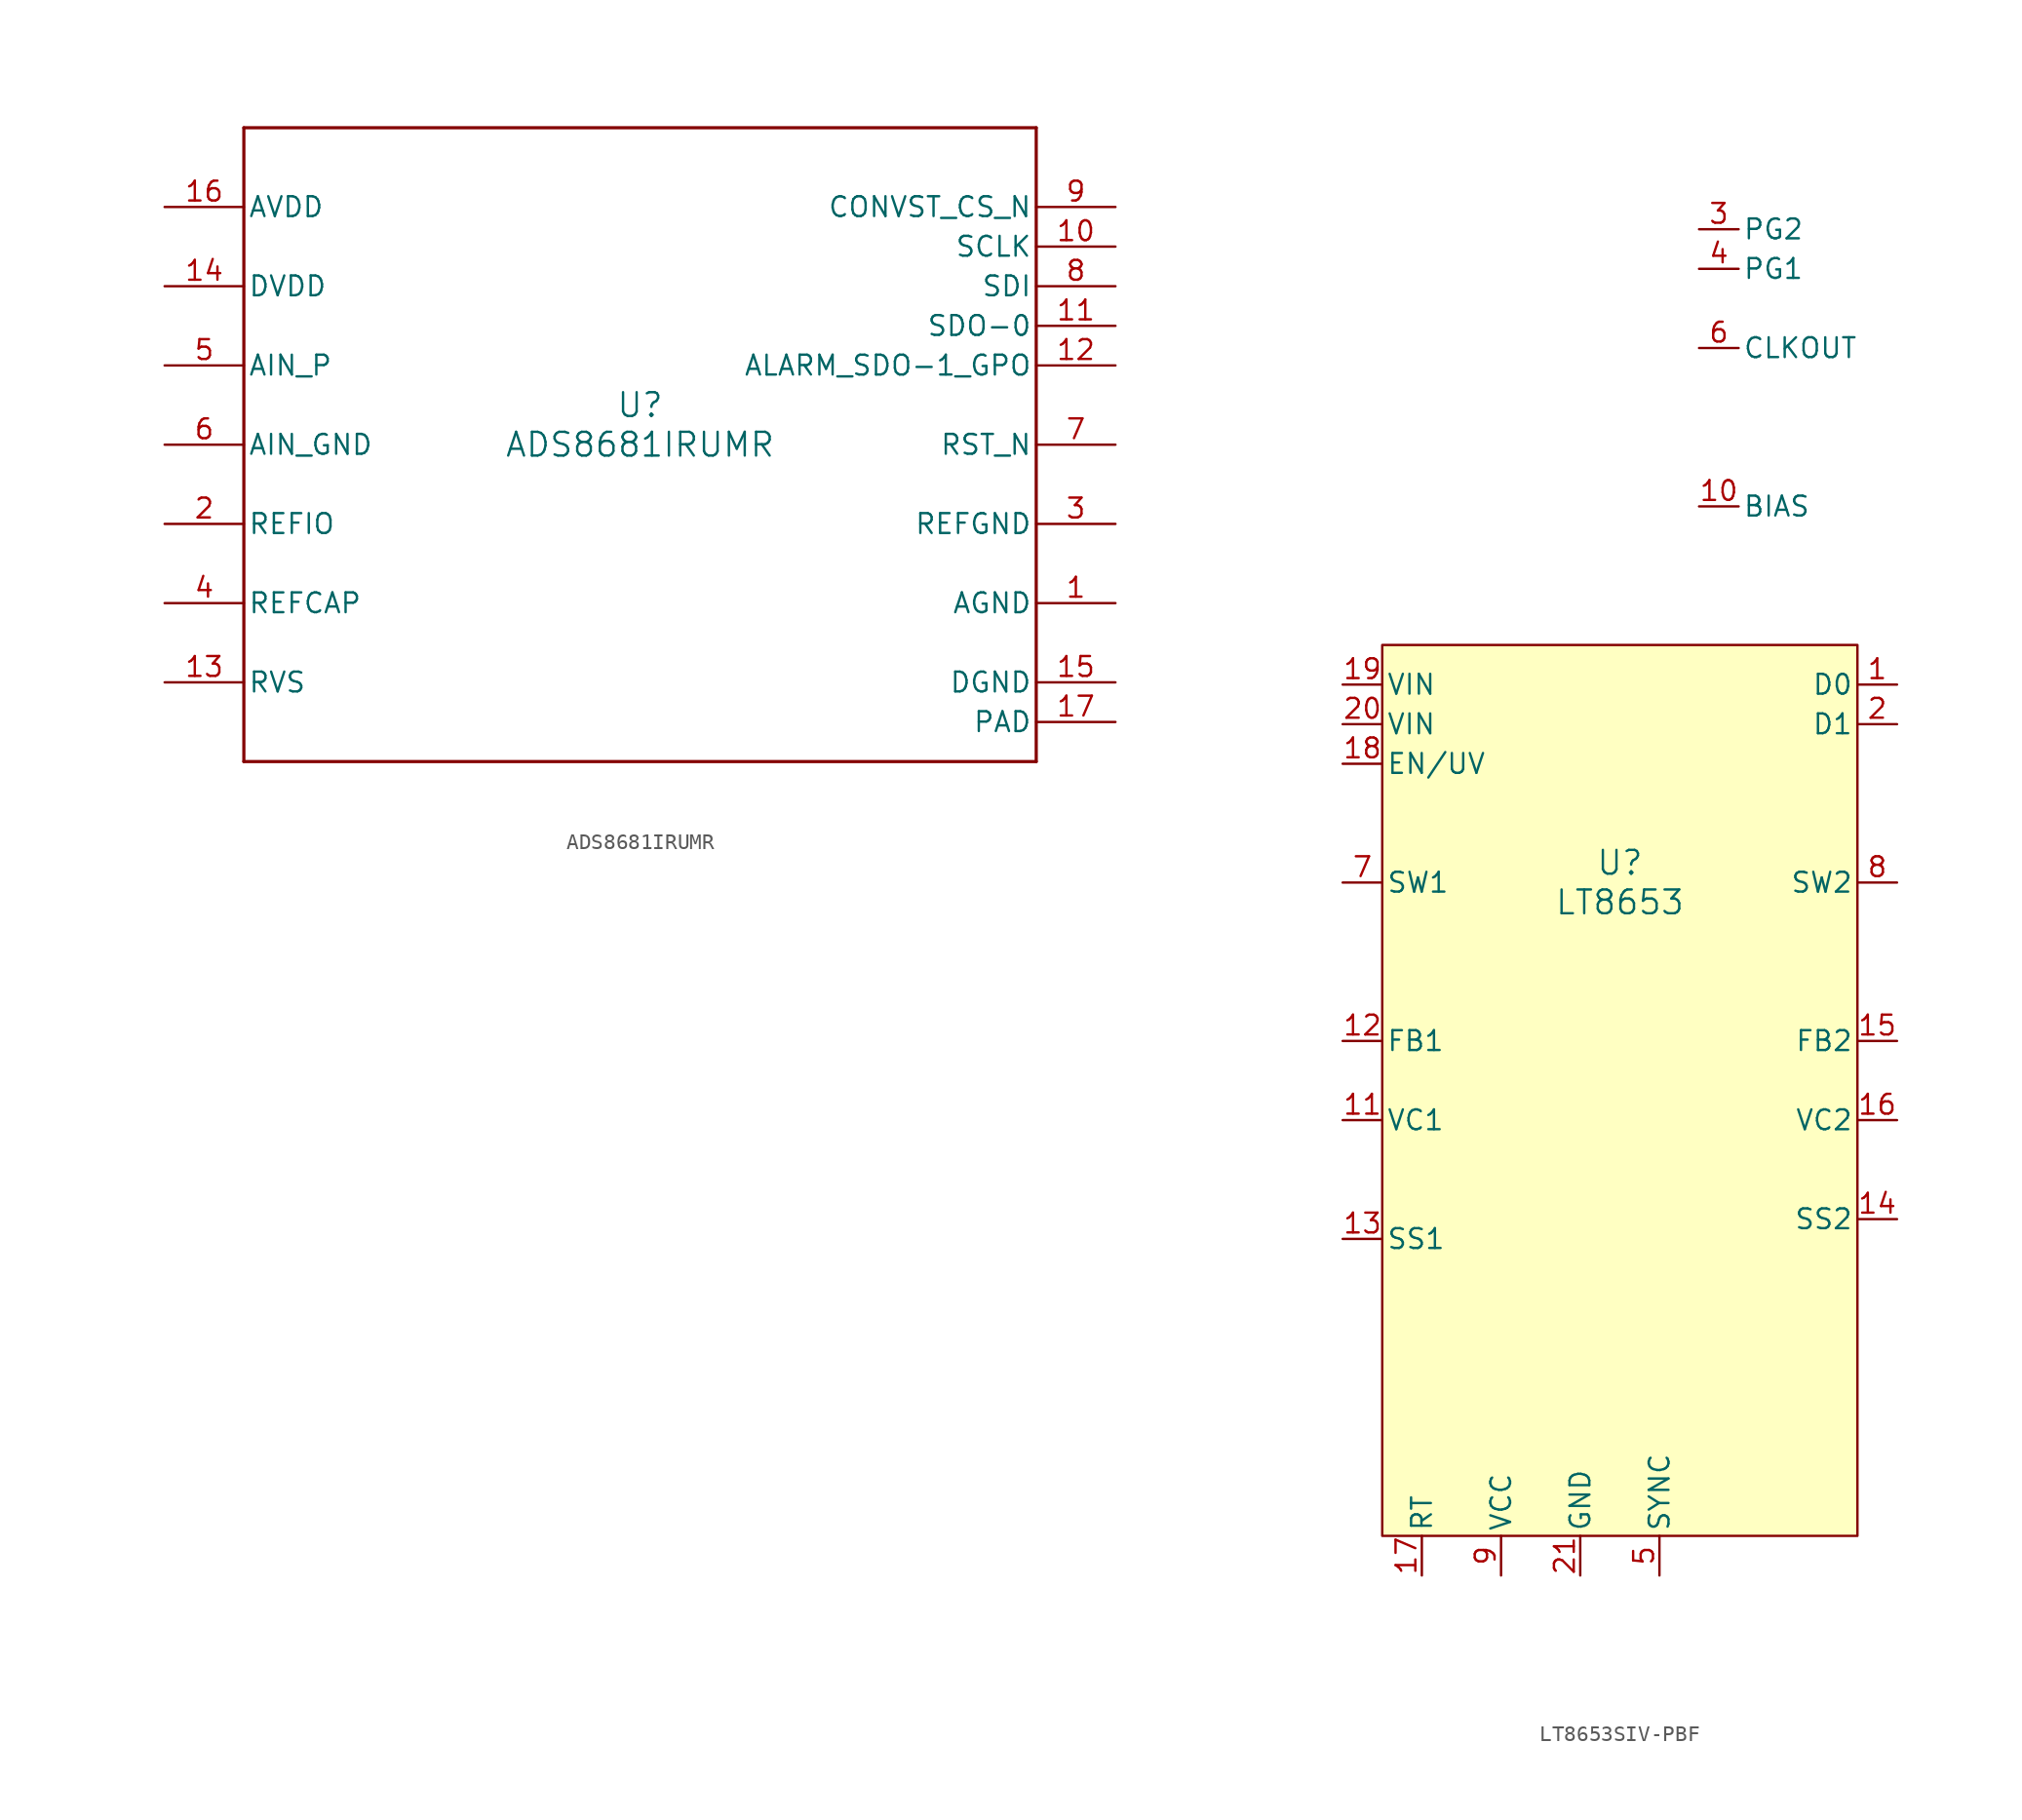
<source format=kicad_sym>
(kicad_symbol_lib
  (version 20220914)
  (generator kicad_symbol_editor)
  (symbol "ADS8681IRUMR"
    (pin_names
      (offset 0.254))
    (property "Reference" "U"
      (at 0 2.54 0)
      (effects (font (size 1.524 1.524))))
    (property "Value" "ADS8681IRUMR"
      (at 0 0 0)
      (effects (font (size 1.524 1.524))))
    (property "ki_locked" ""
      (at 0 0 0)
      (effects (font (size 1.27 1.27))))
    (symbol "ADS8681IRUMR_0_1"
      (polyline (pts (xy -25.4 -20.32) (xy 25.4 -20.32)) (stroke (width 0.203) (type default)) (fill (type none)))
      (polyline (pts (xy -25.4 20.32) (xy -25.4 -20.32)) (stroke (width 0.203) (type default)) (fill (type none)))
      (polyline (pts (xy 25.4 -20.32) (xy 25.4 20.32)) (stroke (width 0.203) (type default)) (fill (type none)))
      (polyline (pts (xy 25.4 20.32) (xy -25.4 20.32)) (stroke (width 0.203) (type default)) (fill (type none)))
      (pin power_in line (at 30.48 -10.16 180) (length 5.08) (name "AGND" (effects (font (size 1.27 1.27)))) (number "1" (effects (font (size 1.27 1.27)))))
      (pin input line (at 30.48 12.7 180) (length 5.08) (name "SCLK" (effects (font (size 1.27 1.27)))) (number "10" (effects (font (size 1.27 1.27)))))
      (pin output line (at 30.48 7.62 180) (length 5.08) (name "SDO-0" (effects (font (size 1.27 1.27)))) (number "11" (effects (font (size 1.27 1.27)))))
      (pin output line (at 30.48 5.08 180) (length 5.08) (name "ALARM_SDO-1_GPO" (effects (font (size 1.27 1.27)))) (number "12" (effects (font (size 1.27 1.27)))))
      (pin output line (at -30.48 -15.24 0) (length 5.08) (name "RVS" (effects (font (size 1.27 1.27)))) (number "13" (effects (font (size 1.27 1.27)))))
      (pin power_in line (at -30.48 10.16 0) (length 5.08) (name "DVDD" (effects (font (size 1.27 1.27)))) (number "14" (effects (font (size 1.27 1.27)))))
      (pin power_in line (at 30.48 -15.24 180) (length 5.08) (name "DGND" (effects (font (size 1.27 1.27)))) (number "15" (effects (font (size 1.27 1.27)))))
      (pin power_in line (at -30.48 15.24 0) (length 5.08) (name "AVDD" (effects (font (size 1.27 1.27)))) (number "16" (effects (font (size 1.27 1.27)))))
      (pin power_in line (at 30.48 -17.78 180) (length 5.08) (name "PAD" (effects (font (size 1.27 1.27)))) (number "17" (effects (font (size 1.27 1.27)))))
      (pin bidirectional line (at -30.48 -5.08 0) (length 5.08) (name "REFIO" (effects (font (size 1.27 1.27)))) (number "2" (effects (font (size 1.27 1.27)))))
      (pin power_in line (at 30.48 -5.08 180) (length 5.08) (name "REFGND" (effects (font (size 1.27 1.27)))) (number "3" (effects (font (size 1.27 1.27)))))
      (pin unspecified line (at -30.48 -10.16 0) (length 5.08) (name "REFCAP" (effects (font (size 1.27 1.27)))) (number "4" (effects (font (size 1.27 1.27)))))
      (pin input line (at -30.48 5.08 0) (length 5.08) (name "AIN_P" (effects (font (size 1.27 1.27)))) (number "5" (effects (font (size 1.27 1.27)))))
      (pin input line (at -30.48 0 0) (length 5.08) (name "AIN_GND" (effects (font (size 1.27 1.27)))) (number "6" (effects (font (size 1.27 1.27)))))
      (pin input line (at 30.48 0 180) (length 5.08) (name "RST_N" (effects (font (size 1.27 1.27)))) (number "7" (effects (font (size 1.27 1.27)))))
      (pin input line (at 30.48 10.16 180) (length 5.08) (name "SDI" (effects (font (size 1.27 1.27)))) (number "8" (effects (font (size 1.27 1.27)))))
      (pin input line (at 30.48 15.24 180) (length 5.08) (name "CONVST_CS_N" (effects (font (size 1.27 1.27)))) (number "9" (effects (font (size 1.27 1.27)))))))
  (symbol "LT8653SIV-PBF"
    (pin_names
      (offset 0.254))
    (property "Reference" "U"
      (at 21.59 -11.43 0)
      (effects (font (size 1.524 1.524))))
    (property "Value" "LT8653"
      (at 21.59 -13.97 0)
      (effects (font (size 1.524 1.524))))
    (property "ki_locked" ""
      (at 0 0 0)
      (effects (font (size 1.27 1.27))))
    (symbol "LT8653SIV-PBF_0_1"
      (pin input line (at 39.37 0 180) (length 2.54) (name "D0" (effects (font (size 1.27 1.27)))) (number "1" (effects (font (size 1.27 1.27)))))
      (pin power_in line (at 26.67 11.43 0) (length 2.54) (name "BIAS" (effects (font (size 1.27 1.27)))) (number "10" (effects (font (size 1.27 1.27)))))
      (pin output line (at 3.81 -27.94 0) (length 2.54) (name "VC1" (effects (font (size 1.27 1.27)))) (number "11" (effects (font (size 1.27 1.27)))))
      (pin input line (at 3.81 -22.86 0) (length 2.54) (name "FB1" (effects (font (size 1.27 1.27)))) (number "12" (effects (font (size 1.27 1.27)))))
      (pin input line (at 3.81 -35.56 0) (length 2.54) (name "SS1" (effects (font (size 1.27 1.27)))) (number "13" (effects (font (size 1.27 1.27)))))
      (pin input line (at 39.37 -34.29 180) (length 2.54) (name "SS2" (effects (font (size 1.27 1.27)))) (number "14" (effects (font (size 1.27 1.27)))))
      (pin input line (at 39.37 -22.86 180) (length 2.54) (name "FB2" (effects (font (size 1.27 1.27)))) (number "15" (effects (font (size 1.27 1.27)))))
      (pin output line (at 39.37 -27.94 180) (length 2.54) (name "VC2" (effects (font (size 1.27 1.27)))) (number "16" (effects (font (size 1.27 1.27)))))
      (pin unspecified line (at 8.89 -57.15 90) (length 2.54) (name "RT" (effects (font (size 1.27 1.27)))) (number "17" (effects (font (size 1.27 1.27)))))
      (pin input line (at 3.81 -5.08 0) (length 2.54) (name "EN/UV" (effects (font (size 1.27 1.27)))) (number "18" (effects (font (size 1.27 1.27)))))
      (pin power_in line (at 3.81 0 0) (length 2.54) (name "VIN" (effects (font (size 1.27 1.27)))) (number "19" (effects (font (size 1.27 1.27)))))
      (pin input line (at 39.37 -2.54 180) (length 2.54) (name "D1" (effects (font (size 1.27 1.27)))) (number "2" (effects (font (size 1.27 1.27)))))
      (pin power_in line (at 3.81 -2.54 0) (length 2.54) (name "VIN" (effects (font (size 1.27 1.27)))) (number "20" (effects (font (size 1.27 1.27)))))
      (pin power_out line (at 19.05 -57.15 90) (length 2.54) (name "GND" (effects (font (size 1.27 1.27)))) (number "21" (effects (font (size 1.27 1.27)))))
      (pin output line (at 26.67 29.21 0) (length 2.54) (name "PG2" (effects (font (size 1.27 1.27)))) (number "3" (effects (font (size 1.27 1.27)))))
      (pin output line (at 26.67 26.67 0) (length 2.54) (name "PG1" (effects (font (size 1.27 1.27)))) (number "4" (effects (font (size 1.27 1.27)))))
      (pin input line (at 24.13 -57.15 90) (length 2.54) (name "SYNC" (effects (font (size 1.27 1.27)))) (number "5" (effects (font (size 1.27 1.27)))))
      (pin output line (at 26.67 21.59 0) (length 2.54) (name "CLKOUT" (effects (font (size 1.27 1.27)))) (number "6" (effects (font (size 1.27 1.27)))))
      (pin output line (at 3.81 -12.7 0) (length 2.54) (name "SW1" (effects (font (size 1.27 1.27)))) (number "7" (effects (font (size 1.27 1.27)))))
      (pin output line (at 39.37 -12.7 180) (length 2.54) (name "SW2" (effects (font (size 1.27 1.27)))) (number "8" (effects (font (size 1.27 1.27)))))
      (pin power_in line (at 13.97 -57.15 90) (length 2.54) (name "VCC" (effects (font (size 1.27 1.27)))) (number "9" (effects (font (size 1.27 1.27))))))
    (symbol "LT8653SIV-PBF_1_1"
      (rectangle (start 6.35 2.54) (end 36.83 -54.61) (stroke (width 0) (type default)) (fill (type background))))))
</source>
